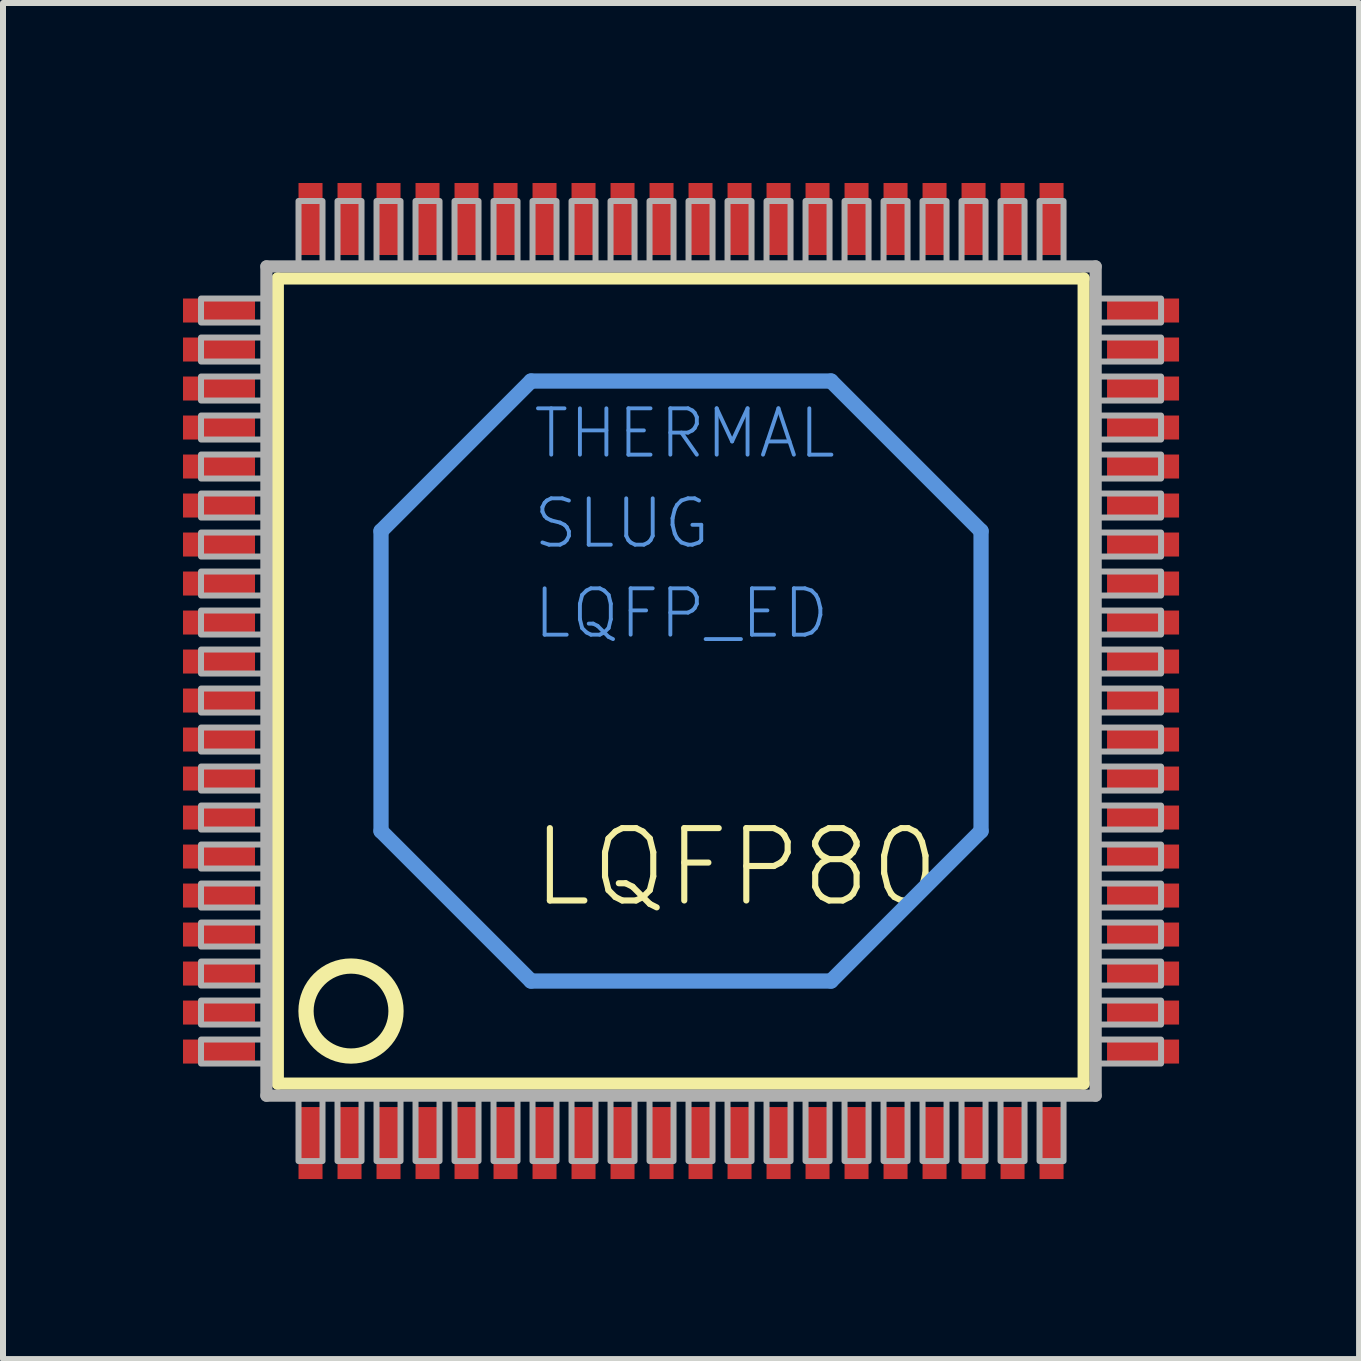
<source format=kicad_pcb>
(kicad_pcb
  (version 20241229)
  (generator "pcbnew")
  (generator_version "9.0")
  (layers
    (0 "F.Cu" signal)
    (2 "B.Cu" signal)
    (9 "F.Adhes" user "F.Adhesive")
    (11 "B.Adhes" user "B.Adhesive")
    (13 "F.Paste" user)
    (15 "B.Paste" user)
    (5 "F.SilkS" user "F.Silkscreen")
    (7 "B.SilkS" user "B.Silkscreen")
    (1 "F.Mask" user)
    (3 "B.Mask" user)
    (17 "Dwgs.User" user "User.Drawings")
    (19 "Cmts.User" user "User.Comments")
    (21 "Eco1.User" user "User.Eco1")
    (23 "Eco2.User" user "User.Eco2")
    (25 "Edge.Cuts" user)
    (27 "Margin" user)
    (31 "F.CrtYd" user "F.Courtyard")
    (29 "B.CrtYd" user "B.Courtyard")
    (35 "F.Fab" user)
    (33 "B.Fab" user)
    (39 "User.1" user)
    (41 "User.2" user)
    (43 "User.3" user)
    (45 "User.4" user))
  (footprint "LQFP80"
    (layer "F.Cu")
    (at 8.3 8.3)
    (property "Reference" "LQFP80" (at -2.54 3.81 0) (layer "F.SilkS") (effects (font (size 1.206 1.206) (thickness 0.102)) (justify left bottom)))
    (attr through_hole)
    (fp_line (start -6.72 -6.71) (end 6.71 -6.71) (stroke (width 0.203) (type solid)) (layer "F.SilkS"))
    (fp_line (start -6.72 6.71) (end -6.72 -6.71) (stroke (width 0.203) (type solid)) (layer "F.SilkS"))
    (fp_line (start 6.71 -6.71) (end 6.71 6.71) (stroke (width 0.203) (type solid)) (layer "F.SilkS"))
    (fp_line (start 6.71 6.71) (end -6.72 6.71) (stroke (width 0.203) (type solid)) (layer "F.SilkS"))
    (fp_circle (center -5.5 5.5) (end -4.75 5.5) (stroke (width 0.254) (type solid)) (fill no) (layer "F.SilkS"))
    (fp_line (start -5 -2.5) (end -2.5 -5) (stroke (width 0.254) (type solid)) (layer "Cmts.User"))
    (fp_line (start -5 2.5) (end -5 -2.5) (stroke (width 0.254) (type solid)) (layer "Cmts.User"))
    (fp_line (start -2.5 -5) (end 2.5 -5) (stroke (width 0.254) (type solid)) (layer "Cmts.User"))
    (fp_line (start -2.5 5) (end -5 2.5) (stroke (width 0.254) (type solid)) (layer "Cmts.User"))
    (fp_line (start 2.5 -5) (end 5 -2.5) (stroke (width 0.254) (type solid)) (layer "Cmts.User"))
    (fp_line (start 2.5 5) (end -2.5 5) (stroke (width 0.254) (type solid)) (layer "Cmts.User"))
    (fp_line (start 5 -2.5) (end 5 2.5) (stroke (width 0.254) (type solid)) (layer "Cmts.User"))
    (fp_line (start 5 2.5) (end 2.5 5) (stroke (width 0.254) (type solid)) (layer "Cmts.User"))
    (fp_line (start -6.91 -6.91) (end -6.91 6.91) (stroke (width 0.203) (type solid)) (layer "F.Fab"))
    (fp_line (start -6.91 6.91) (end 6.91 6.91) (stroke (width 0.203) (type solid)) (layer "F.Fab"))
    (fp_line (start 6.91 -6.91) (end -6.91 -6.91) (stroke (width 0.203) (type solid)) (layer "F.Fab"))
    (fp_line (start 6.91 6.91) (end 6.91 -6.91) (stroke (width 0.203) (type solid)) (layer "F.Fab"))
    (fp_poly (pts (xy -8 -5.975) (xy -6.95 -5.975) (xy -6.95 -6.375) (xy -8 -6.375)) (stroke (width 0.1) (type solid)) (fill no) (layer "F.Fab"))
    (fp_poly (pts (xy -8 -5.325) (xy -6.95 -5.325) (xy -6.95 -5.725) (xy -8 -5.725)) (stroke (width 0.1) (type solid)) (fill no) (layer "F.Fab"))
    (fp_poly (pts (xy -8 -4.675) (xy -6.95 -4.675) (xy -6.95 -5.075) (xy -8 -5.075)) (stroke (width 0.1) (type solid)) (fill no) (layer "F.Fab"))
    (fp_poly (pts (xy -8 -4.025) (xy -6.95 -4.025) (xy -6.95 -4.425) (xy -8 -4.425)) (stroke (width 0.1) (type solid)) (fill no) (layer "F.Fab"))
    (fp_poly (pts (xy -8 -3.375) (xy -6.95 -3.375) (xy -6.95 -3.775) (xy -8 -3.775)) (stroke (width 0.1) (type solid)) (fill no) (layer "F.Fab"))
    (fp_poly (pts (xy -8 -2.725) (xy -6.95 -2.725) (xy -6.95 -3.125) (xy -8 -3.125)) (stroke (width 0.1) (type solid)) (fill no) (layer "F.Fab"))
    (fp_poly (pts (xy -8 -2.075) (xy -6.95 -2.075) (xy -6.95 -2.475) (xy -8 -2.475)) (stroke (width 0.1) (type solid)) (fill no) (layer "F.Fab"))
    (fp_poly (pts (xy -8 -1.425) (xy -6.95 -1.425) (xy -6.95 -1.825) (xy -8 -1.825)) (stroke (width 0.1) (type solid)) (fill no) (layer "F.Fab"))
    (fp_poly (pts (xy -8 -0.775) (xy -6.95 -0.775) (xy -6.95 -1.175) (xy -8 -1.175)) (stroke (width 0.1) (type solid)) (fill no) (layer "F.Fab"))
    (fp_poly (pts (xy -8 -0.125) (xy -6.95 -0.125) (xy -6.95 -0.525) (xy -8 -0.525)) (stroke (width 0.1) (type solid)) (fill no) (layer "F.Fab"))
    (fp_poly (pts (xy -8 0.525) (xy -6.95 0.525) (xy -6.95 0.125) (xy -8 0.125)) (stroke (width 0.1) (type solid)) (fill no) (layer "F.Fab"))
    (fp_poly (pts (xy -8 1.175) (xy -6.95 1.175) (xy -6.95 0.775) (xy -8 0.775)) (stroke (width 0.1) (type solid)) (fill no) (layer "F.Fab"))
    (fp_poly (pts (xy -8 1.825) (xy -6.95 1.825) (xy -6.95 1.425) (xy -8 1.425)) (stroke (width 0.1) (type solid)) (fill no) (layer "F.Fab"))
    (fp_poly (pts (xy -8 2.475) (xy -6.95 2.475) (xy -6.95 2.075) (xy -8 2.075)) (stroke (width 0.1) (type solid)) (fill no) (layer "F.Fab"))
    (fp_poly (pts (xy -8 3.125) (xy -6.95 3.125) (xy -6.95 2.725) (xy -8 2.725)) (stroke (width 0.1) (type solid)) (fill no) (layer "F.Fab"))
    (fp_poly (pts (xy -8 3.775) (xy -6.95 3.775) (xy -6.95 3.375) (xy -8 3.375)) (stroke (width 0.1) (type solid)) (fill no) (layer "F.Fab"))
    (fp_poly (pts (xy -8 4.425) (xy -6.95 4.425) (xy -6.95 4.025) (xy -8 4.025)) (stroke (width 0.1) (type solid)) (fill no) (layer "F.Fab"))
    (fp_poly (pts (xy -8 5.075) (xy -6.95 5.075) (xy -6.95 4.675) (xy -8 4.675)) (stroke (width 0.1) (type solid)) (fill no) (layer "F.Fab"))
    (fp_poly (pts (xy -8 5.725) (xy -6.95 5.725) (xy -6.95 5.325) (xy -8 5.325)) (stroke (width 0.1) (type solid)) (fill no) (layer "F.Fab"))
    (fp_poly (pts (xy -8 6.375) (xy -6.95 6.375) (xy -6.95 5.975) (xy -8 5.975)) (stroke (width 0.1) (type solid)) (fill no) (layer "F.Fab"))
    (fp_poly (pts (xy -6.375 -6.95) (xy -5.975 -6.95) (xy -5.975 -8) (xy -6.375 -8)) (stroke (width 0.1) (type solid)) (fill no) (layer "F.Fab"))
    (fp_poly (pts (xy -6.375 8) (xy -5.975 8) (xy -5.975 6.95) (xy -6.375 6.95)) (stroke (width 0.1) (type solid)) (fill no) (layer "F.Fab"))
    (fp_poly (pts (xy -5.725 -6.95) (xy -5.325 -6.95) (xy -5.325 -8) (xy -5.725 -8)) (stroke (width 0.1) (type solid)) (fill no) (layer "F.Fab"))
    (fp_poly (pts (xy -5.725 8) (xy -5.325 8) (xy -5.325 6.95) (xy -5.725 6.95)) (stroke (width 0.1) (type solid)) (fill no) (layer "F.Fab"))
    (fp_poly (pts (xy -5.075 -6.95) (xy -4.675 -6.95) (xy -4.675 -8) (xy -5.075 -8)) (stroke (width 0.1) (type solid)) (fill no) (layer "F.Fab"))
    (fp_poly (pts (xy -5.075 8) (xy -4.675 8) (xy -4.675 6.95) (xy -5.075 6.95)) (stroke (width 0.1) (type solid)) (fill no) (layer "F.Fab"))
    (fp_poly (pts (xy -4.425 -6.95) (xy -4.025 -6.95) (xy -4.025 -8) (xy -4.425 -8)) (stroke (width 0.1) (type solid)) (fill no) (layer "F.Fab"))
    (fp_poly (pts (xy -4.425 8) (xy -4.025 8) (xy -4.025 6.95) (xy -4.425 6.95)) (stroke (width 0.1) (type solid)) (fill no) (layer "F.Fab"))
    (fp_poly (pts (xy -3.775 -6.95) (xy -3.375 -6.95) (xy -3.375 -8) (xy -3.775 -8)) (stroke (width 0.1) (type solid)) (fill no) (layer "F.Fab"))
    (fp_poly (pts (xy -3.775 8) (xy -3.375 8) (xy -3.375 6.95) (xy -3.775 6.95)) (stroke (width 0.1) (type solid)) (fill no) (layer "F.Fab"))
    (fp_poly (pts (xy -3.125 -6.95) (xy -2.725 -6.95) (xy -2.725 -8) (xy -3.125 -8)) (stroke (width 0.1) (type solid)) (fill no) (layer "F.Fab"))
    (fp_poly (pts (xy -3.125 8) (xy -2.725 8) (xy -2.725 6.95) (xy -3.125 6.95)) (stroke (width 0.1) (type solid)) (fill no) (layer "F.Fab"))
    (fp_poly (pts (xy -2.475 -6.95) (xy -2.075 -6.95) (xy -2.075 -8) (xy -2.475 -8)) (stroke (width 0.1) (type solid)) (fill no) (layer "F.Fab"))
    (fp_poly (pts (xy -2.475 8) (xy -2.075 8) (xy -2.075 6.95) (xy -2.475 6.95)) (stroke (width 0.1) (type solid)) (fill no) (layer "F.Fab"))
    (fp_poly (pts (xy -1.825 -6.95) (xy -1.425 -6.95) (xy -1.425 -8) (xy -1.825 -8)) (stroke (width 0.1) (type solid)) (fill no) (layer "F.Fab"))
    (fp_poly (pts (xy -1.825 8) (xy -1.425 8) (xy -1.425 6.95) (xy -1.825 6.95)) (stroke (width 0.1) (type solid)) (fill no) (layer "F.Fab"))
    (fp_poly (pts (xy -1.175 -6.95) (xy -0.775 -6.95) (xy -0.775 -8) (xy -1.175 -8)) (stroke (width 0.1) (type solid)) (fill no) (layer "F.Fab"))
    (fp_poly (pts (xy -1.175 8) (xy -0.775 8) (xy -0.775 6.95) (xy -1.175 6.95)) (stroke (width 0.1) (type solid)) (fill no) (layer "F.Fab"))
    (fp_poly (pts (xy -0.525 -6.95) (xy -0.125 -6.95) (xy -0.125 -8) (xy -0.525 -8)) (stroke (width 0.1) (type solid)) (fill no) (layer "F.Fab"))
    (fp_poly (pts (xy -0.525 8) (xy -0.125 8) (xy -0.125 6.95) (xy -0.525 6.95)) (stroke (width 0.1) (type solid)) (fill no) (layer "F.Fab"))
    (fp_poly (pts (xy 0.125 -6.95) (xy 0.525 -6.95) (xy 0.525 -8) (xy 0.125 -8)) (stroke (width 0.1) (type solid)) (fill no) (layer "F.Fab"))
    (fp_poly (pts (xy 0.125 8) (xy 0.525 8) (xy 0.525 6.95) (xy 0.125 6.95)) (stroke (width 0.1) (type solid)) (fill no) (layer "F.Fab"))
    (fp_poly (pts (xy 0.775 -6.95) (xy 1.175 -6.95) (xy 1.175 -8) (xy 0.775 -8)) (stroke (width 0.1) (type solid)) (fill no) (layer "F.Fab"))
    (fp_poly (pts (xy 0.775 8) (xy 1.175 8) (xy 1.175 6.95) (xy 0.775 6.95)) (stroke (width 0.1) (type solid)) (fill no) (layer "F.Fab"))
    (fp_poly (pts (xy 1.425 -6.95) (xy 1.825 -6.95) (xy 1.825 -8) (xy 1.425 -8)) (stroke (width 0.1) (type solid)) (fill no) (layer "F.Fab"))
    (fp_poly (pts (xy 1.425 8) (xy 1.825 8) (xy 1.825 6.95) (xy 1.425 6.95)) (stroke (width 0.1) (type solid)) (fill no) (layer "F.Fab"))
    (fp_poly (pts (xy 2.075 -6.95) (xy 2.475 -6.95) (xy 2.475 -8) (xy 2.075 -8)) (stroke (width 0.1) (type solid)) (fill no) (layer "F.Fab"))
    (fp_poly (pts (xy 2.075 8) (xy 2.475 8) (xy 2.475 6.95) (xy 2.075 6.95)) (stroke (width 0.1) (type solid)) (fill no) (layer "F.Fab"))
    (fp_poly (pts (xy 2.725 -6.95) (xy 3.125 -6.95) (xy 3.125 -8) (xy 2.725 -8)) (stroke (width 0.1) (type solid)) (fill no) (layer "F.Fab"))
    (fp_poly (pts (xy 2.725 8) (xy 3.125 8) (xy 3.125 6.95) (xy 2.725 6.95)) (stroke (width 0.1) (type solid)) (fill no) (layer "F.Fab"))
    (fp_poly (pts (xy 3.375 -6.95) (xy 3.775 -6.95) (xy 3.775 -8) (xy 3.375 -8)) (stroke (width 0.1) (type solid)) (fill no) (layer "F.Fab"))
    (fp_poly (pts (xy 3.375 8) (xy 3.775 8) (xy 3.775 6.95) (xy 3.375 6.95)) (stroke (width 0.1) (type solid)) (fill no) (layer "F.Fab"))
    (fp_poly (pts (xy 4.025 -6.95) (xy 4.425 -6.95) (xy 4.425 -8) (xy 4.025 -8)) (stroke (width 0.1) (type solid)) (fill no) (layer "F.Fab"))
    (fp_poly (pts (xy 4.025 8) (xy 4.425 8) (xy 4.425 6.95) (xy 4.025 6.95)) (stroke (width 0.1) (type solid)) (fill no) (layer "F.Fab"))
    (fp_poly (pts (xy 4.675 -6.95) (xy 5.075 -6.95) (xy 5.075 -8) (xy 4.675 -8)) (stroke (width 0.1) (type solid)) (fill no) (layer "F.Fab"))
    (fp_poly (pts (xy 4.675 8) (xy 5.075 8) (xy 5.075 6.95) (xy 4.675 6.95)) (stroke (width 0.1) (type solid)) (fill no) (layer "F.Fab"))
    (fp_poly (pts (xy 5.325 -6.95) (xy 5.725 -6.95) (xy 5.725 -8) (xy 5.325 -8)) (stroke (width 0.1) (type solid)) (fill no) (layer "F.Fab"))
    (fp_poly (pts (xy 5.325 8) (xy 5.725 8) (xy 5.725 6.95) (xy 5.325 6.95)) (stroke (width 0.1) (type solid)) (fill no) (layer "F.Fab"))
    (fp_poly (pts (xy 5.975 -6.95) (xy 6.375 -6.95) (xy 6.375 -8) (xy 5.975 -8)) (stroke (width 0.1) (type solid)) (fill no) (layer "F.Fab"))
    (fp_poly (pts (xy 5.975 8) (xy 6.375 8) (xy 6.375 6.95) (xy 5.975 6.95)) (stroke (width 0.1) (type solid)) (fill no) (layer "F.Fab"))
    (fp_poly (pts (xy 6.95 -5.975) (xy 8 -5.975) (xy 8 -6.375) (xy 6.95 -6.375)) (stroke (width 0.1) (type solid)) (fill no) (layer "F.Fab"))
    (fp_poly (pts (xy 6.95 -5.325) (xy 8 -5.325) (xy 8 -5.725) (xy 6.95 -5.725)) (stroke (width 0.1) (type solid)) (fill no) (layer "F.Fab"))
    (fp_poly (pts (xy 6.95 -4.675) (xy 8 -4.675) (xy 8 -5.075) (xy 6.95 -5.075)) (stroke (width 0.1) (type solid)) (fill no) (layer "F.Fab"))
    (fp_poly (pts (xy 6.95 -4.025) (xy 8 -4.025) (xy 8 -4.425) (xy 6.95 -4.425)) (stroke (width 0.1) (type solid)) (fill no) (layer "F.Fab"))
    (fp_poly (pts (xy 6.95 -3.375) (xy 8 -3.375) (xy 8 -3.775) (xy 6.95 -3.775)) (stroke (width 0.1) (type solid)) (fill no) (layer "F.Fab"))
    (fp_poly (pts (xy 6.95 -2.725) (xy 8 -2.725) (xy 8 -3.125) (xy 6.95 -3.125)) (stroke (width 0.1) (type solid)) (fill no) (layer "F.Fab"))
    (fp_poly (pts (xy 6.95 -2.075) (xy 8 -2.075) (xy 8 -2.475) (xy 6.95 -2.475)) (stroke (width 0.1) (type solid)) (fill no) (layer "F.Fab"))
    (fp_poly (pts (xy 6.95 -1.425) (xy 8 -1.425) (xy 8 -1.825) (xy 6.95 -1.825)) (stroke (width 0.1) (type solid)) (fill no) (layer "F.Fab"))
    (fp_poly (pts (xy 6.95 -0.775) (xy 8 -0.775) (xy 8 -1.175) (xy 6.95 -1.175)) (stroke (width 0.1) (type solid)) (fill no) (layer "F.Fab"))
    (fp_poly (pts (xy 6.95 -0.125) (xy 8 -0.125) (xy 8 -0.525) (xy 6.95 -0.525)) (stroke (width 0.1) (type solid)) (fill no) (layer "F.Fab"))
    (fp_poly (pts (xy 6.95 0.525) (xy 8 0.525) (xy 8 0.125) (xy 6.95 0.125)) (stroke (width 0.1) (type solid)) (fill no) (layer "F.Fab"))
    (fp_poly (pts (xy 6.95 1.175) (xy 8 1.175) (xy 8 0.775) (xy 6.95 0.775)) (stroke (width 0.1) (type solid)) (fill no) (layer "F.Fab"))
    (fp_poly (pts (xy 6.95 1.825) (xy 8 1.825) (xy 8 1.425) (xy 6.95 1.425)) (stroke (width 0.1) (type solid)) (fill no) (layer "F.Fab"))
    (fp_poly (pts (xy 6.95 2.475) (xy 8 2.475) (xy 8 2.075) (xy 6.95 2.075)) (stroke (width 0.1) (type solid)) (fill no) (layer "F.Fab"))
    (fp_poly (pts (xy 6.95 3.125) (xy 8 3.125) (xy 8 2.725) (xy 6.95 2.725)) (stroke (width 0.1) (type solid)) (fill no) (layer "F.Fab"))
    (fp_poly (pts (xy 6.95 3.775) (xy 8 3.775) (xy 8 3.375) (xy 6.95 3.375)) (stroke (width 0.1) (type solid)) (fill no) (layer "F.Fab"))
    (fp_poly (pts (xy 6.95 4.425) (xy 8 4.425) (xy 8 4.025) (xy 6.95 4.025)) (stroke (width 0.1) (type solid)) (fill no) (layer "F.Fab"))
    (fp_poly (pts (xy 6.95 5.075) (xy 8 5.075) (xy 8 4.675) (xy 6.95 4.675)) (stroke (width 0.1) (type solid)) (fill no) (layer "F.Fab"))
    (fp_poly (pts (xy 6.95 5.725) (xy 8 5.725) (xy 8 5.325) (xy 6.95 5.325)) (stroke (width 0.1) (type solid)) (fill no) (layer "F.Fab"))
    (fp_poly (pts (xy 6.95 6.375) (xy 8 6.375) (xy 8 5.975) (xy 6.95 5.975)) (stroke (width 0.1) (type solid)) (fill no) (layer "F.Fab"))
    (fp_text user "THERMAL" (at -2.5 -3.675 0) (layer "Cmts.User") (effects (font (size 0.772 0.772) (thickness 0.065)) (justify left bottom)))
    (fp_text user "SLUG" (at -2.5 -2.175 0) (layer "Cmts.User") (effects (font (size 0.772 0.772) (thickness 0.065)) (justify left bottom)))
    (fp_text user "LQFP_ED" (at -2.5 -0.675 0) (layer "Cmts.User") (effects (font (size 0.772 0.772) (thickness 0.065)) (justify left bottom)))
    (pad "1" smd rect (at -6.175 7.7) (size 0.4 1.2) (layers "F.Cu" "F.Mask" "F.Paste"))
    (pad "2" smd rect (at -5.525 7.7) (size 0.4 1.2) (layers "F.Cu" "F.Mask" "F.Paste"))
    (pad "3" smd rect (at -4.875 7.7) (size 0.4 1.2) (layers "F.Cu" "F.Mask" "F.Paste"))
    (pad "4" smd rect (at -4.225 7.7) (size 0.4 1.2) (layers "F.Cu" "F.Mask" "F.Paste"))
    (pad "5" smd rect (at -3.575 7.7) (size 0.4 1.2) (layers "F.Cu" "F.Mask" "F.Paste"))
    (pad "6" smd rect (at -2.925 7.7) (size 0.4 1.2) (layers "F.Cu" "F.Mask" "F.Paste"))
    (pad "7" smd rect (at -2.275 7.7) (size 0.4 1.2) (layers "F.Cu" "F.Mask" "F.Paste"))
    (pad "8" smd rect (at -1.625 7.7) (size 0.4 1.2) (layers "F.Cu" "F.Mask" "F.Paste"))
    (pad "9" smd rect (at -0.975 7.7) (size 0.4 1.2) (layers "F.Cu" "F.Mask" "F.Paste"))
    (pad "10" smd rect (at -0.325 7.7) (size 0.4 1.2) (layers "F.Cu" "F.Mask" "F.Paste"))
    (pad "11" smd rect (at 0.325 7.7) (size 0.4 1.2) (layers "F.Cu" "F.Mask" "F.Paste"))
    (pad "12" smd rect (at 0.975 7.7) (size 0.4 1.2) (layers "F.Cu" "F.Mask" "F.Paste"))
    (pad "13" smd rect (at 1.625 7.7) (size 0.4 1.2) (layers "F.Cu" "F.Mask" "F.Paste"))
    (pad "14" smd rect (at 2.275 7.7) (size 0.4 1.2) (layers "F.Cu" "F.Mask" "F.Paste"))
    (pad "15" smd rect (at 2.925 7.7) (size 0.4 1.2) (layers "F.Cu" "F.Mask" "F.Paste"))
    (pad "16" smd rect (at 3.575 7.7) (size 0.4 1.2) (layers "F.Cu" "F.Mask" "F.Paste"))
    (pad "17" smd rect (at 4.225 7.7) (size 0.4 1.2) (layers "F.Cu" "F.Mask" "F.Paste"))
    (pad "18" smd rect (at 4.875 7.7) (size 0.4 1.2) (layers "F.Cu" "F.Mask" "F.Paste"))
    (pad "19" smd rect (at 5.525 7.7) (size 0.4 1.2) (layers "F.Cu" "F.Mask" "F.Paste"))
    (pad "20" smd rect (at 6.175 7.7) (size 0.4 1.2) (layers "F.Cu" "F.Mask" "F.Paste"))
    (pad "21" smd rect (at 7.7 6.175) (size 1.2 0.4) (layers "F.Cu" "F.Mask" "F.Paste"))
    (pad "22" smd rect (at 7.7 5.525) (size 1.2 0.4) (layers "F.Cu" "F.Mask" "F.Paste"))
    (pad "23" smd rect (at 7.7 4.875) (size 1.2 0.4) (layers "F.Cu" "F.Mask" "F.Paste"))
    (pad "24" smd rect (at 7.7 4.225) (size 1.2 0.4) (layers "F.Cu" "F.Mask" "F.Paste"))
    (pad "25" smd rect (at 7.7 3.575) (size 1.2 0.4) (layers "F.Cu" "F.Mask" "F.Paste"))
    (pad "26" smd rect (at 7.7 2.925) (size 1.2 0.4) (layers "F.Cu" "F.Mask" "F.Paste"))
    (pad "27" smd rect (at 7.7 2.275) (size 1.2 0.4) (layers "F.Cu" "F.Mask" "F.Paste"))
    (pad "28" smd rect (at 7.7 1.625) (size 1.2 0.4) (layers "F.Cu" "F.Mask" "F.Paste"))
    (pad "29" smd rect (at 7.7 0.975) (size 1.2 0.4) (layers "F.Cu" "F.Mask" "F.Paste"))
    (pad "30" smd rect (at 7.7 0.325) (size 1.2 0.4) (layers "F.Cu" "F.Mask" "F.Paste"))
    (pad "31" smd rect (at 7.7 -0.325) (size 1.2 0.4) (layers "F.Cu" "F.Mask" "F.Paste"))
    (pad "32" smd rect (at 7.7 -0.975) (size 1.2 0.4) (layers "F.Cu" "F.Mask" "F.Paste"))
    (pad "33" smd rect (at 7.7 -1.625) (size 1.2 0.4) (layers "F.Cu" "F.Mask" "F.Paste"))
    (pad "34" smd rect (at 7.7 -2.275) (size 1.2 0.4) (layers "F.Cu" "F.Mask" "F.Paste"))
    (pad "35" smd rect (at 7.7 -2.925) (size 1.2 0.4) (layers "F.Cu" "F.Mask" "F.Paste"))
    (pad "36" smd rect (at 7.7 -3.575) (size 1.2 0.4) (layers "F.Cu" "F.Mask" "F.Paste"))
    (pad "37" smd rect (at 7.7 -4.225) (size 1.2 0.4) (layers "F.Cu" "F.Mask" "F.Paste"))
    (pad "38" smd rect (at 7.7 -4.875) (size 1.2 0.4) (layers "F.Cu" "F.Mask" "F.Paste"))
    (pad "39" smd rect (at 7.7 -5.525) (size 1.2 0.4) (layers "F.Cu" "F.Mask" "F.Paste"))
    (pad "40" smd rect (at 7.7 -6.175) (size 1.2 0.4) (layers "F.Cu" "F.Mask" "F.Paste"))
    (pad "41" smd rect (at 6.175 -7.7) (size 0.4 1.2) (layers "F.Cu" "F.Mask" "F.Paste"))
    (pad "42" smd rect (at 5.525 -7.7) (size 0.4 1.2) (layers "F.Cu" "F.Mask" "F.Paste"))
    (pad "43" smd rect (at 4.875 -7.7) (size 0.4 1.2) (layers "F.Cu" "F.Mask" "F.Paste"))
    (pad "44" smd rect (at 4.225 -7.7) (size 0.4 1.2) (layers "F.Cu" "F.Mask" "F.Paste"))
    (pad "45" smd rect (at 3.575 -7.7) (size 0.4 1.2) (layers "F.Cu" "F.Mask" "F.Paste"))
    (pad "46" smd rect (at 2.925 -7.7) (size 0.4 1.2) (layers "F.Cu" "F.Mask" "F.Paste"))
    (pad "47" smd rect (at 2.275 -7.7) (size 0.4 1.2) (layers "F.Cu" "F.Mask" "F.Paste"))
    (pad "48" smd rect (at 1.625 -7.7) (size 0.4 1.2) (layers "F.Cu" "F.Mask" "F.Paste"))
    (pad "49" smd rect (at 0.975 -7.7) (size 0.4 1.2) (layers "F.Cu" "F.Mask" "F.Paste"))
    (pad "50" smd rect (at 0.325 -7.7) (size 0.4 1.2) (layers "F.Cu" "F.Mask" "F.Paste"))
    (pad "51" smd rect (at -0.325 -7.7) (size 0.4 1.2) (layers "F.Cu" "F.Mask" "F.Paste"))
    (pad "52" smd rect (at -0.975 -7.7) (size 0.4 1.2) (layers "F.Cu" "F.Mask" "F.Paste"))
    (pad "53" smd rect (at -1.625 -7.7) (size 0.4 1.2) (layers "F.Cu" "F.Mask" "F.Paste"))
    (pad "54" smd rect (at -2.275 -7.7) (size 0.4 1.2) (layers "F.Cu" "F.Mask" "F.Paste"))
    (pad "55" smd rect (at -2.925 -7.7) (size 0.4 1.2) (layers "F.Cu" "F.Mask" "F.Paste"))
    (pad "56" smd rect (at -3.575 -7.7) (size 0.4 1.2) (layers "F.Cu" "F.Mask" "F.Paste"))
    (pad "57" smd rect (at -4.225 -7.7) (size 0.4 1.2) (layers "F.Cu" "F.Mask" "F.Paste"))
    (pad "58" smd rect (at -4.875 -7.7) (size 0.4 1.2) (layers "F.Cu" "F.Mask" "F.Paste"))
    (pad "59" smd rect (at -5.525 -7.7) (size 0.4 1.2) (layers "F.Cu" "F.Mask" "F.Paste"))
    (pad "60" smd rect (at -6.175 -7.7) (size 0.4 1.2) (layers "F.Cu" "F.Mask" "F.Paste"))
    (pad "61" smd rect (at -7.7 -6.175) (size 1.2 0.4) (layers "F.Cu" "F.Mask" "F.Paste"))
    (pad "62" smd rect (at -7.7 -5.525) (size 1.2 0.4) (layers "F.Cu" "F.Mask" "F.Paste"))
    (pad "63" smd rect (at -7.7 -4.875) (size 1.2 0.4) (layers "F.Cu" "F.Mask" "F.Paste"))
    (pad "64" smd rect (at -7.7 -4.225) (size 1.2 0.4) (layers "F.Cu" "F.Mask" "F.Paste"))
    (pad "65" smd rect (at -7.7 -3.575) (size 1.2 0.4) (layers "F.Cu" "F.Mask" "F.Paste"))
    (pad "66" smd rect (at -7.7 -2.925) (size 1.2 0.4) (layers "F.Cu" "F.Mask" "F.Paste"))
    (pad "67" smd rect (at -7.7 -2.275) (size 1.2 0.4) (layers "F.Cu" "F.Mask" "F.Paste"))
    (pad "68" smd rect (at -7.7 -1.625) (size 1.2 0.4) (layers "F.Cu" "F.Mask" "F.Paste"))
    (pad "69" smd rect (at -7.7 -0.975) (size 1.2 0.4) (layers "F.Cu" "F.Mask" "F.Paste"))
    (pad "70" smd rect (at -7.7 -0.325) (size 1.2 0.4) (layers "F.Cu" "F.Mask" "F.Paste"))
    (pad "71" smd rect (at -7.7 0.325) (size 1.2 0.4) (layers "F.Cu" "F.Mask" "F.Paste"))
    (pad "72" smd rect (at -7.7 0.975) (size 1.2 0.4) (layers "F.Cu" "F.Mask" "F.Paste"))
    (pad "73" smd rect (at -7.7 1.625) (size 1.2 0.4) (layers "F.Cu" "F.Mask" "F.Paste"))
    (pad "74" smd rect (at -7.7 2.275) (size 1.2 0.4) (layers "F.Cu" "F.Mask" "F.Paste"))
    (pad "75" smd rect (at -7.7 2.925) (size 1.2 0.4) (layers "F.Cu" "F.Mask" "F.Paste"))
    (pad "76" smd rect (at -7.7 3.575) (size 1.2 0.4) (layers "F.Cu" "F.Mask" "F.Paste"))
    (pad "77" smd rect (at -7.7 4.225) (size 1.2 0.4) (layers "F.Cu" "F.Mask" "F.Paste"))
    (pad "78" smd rect (at -7.7 4.875) (size 1.2 0.4) (layers "F.Cu" "F.Mask" "F.Paste"))
    (pad "79" smd rect (at -7.7 5.525) (size 1.2 0.4) (layers "F.Cu" "F.Mask" "F.Paste"))
    (pad "80" smd rect (at -7.7 6.175) (size 1.2 0.4) (layers "F.Cu" "F.Mask" "F.Paste")))
  (gr_rect
    (start -3 -3)
    (end 19.6 19.6)
    (stroke (width 0.1) (type default))
    (fill no)
    (layer "Edge.Cuts")))
</source>
